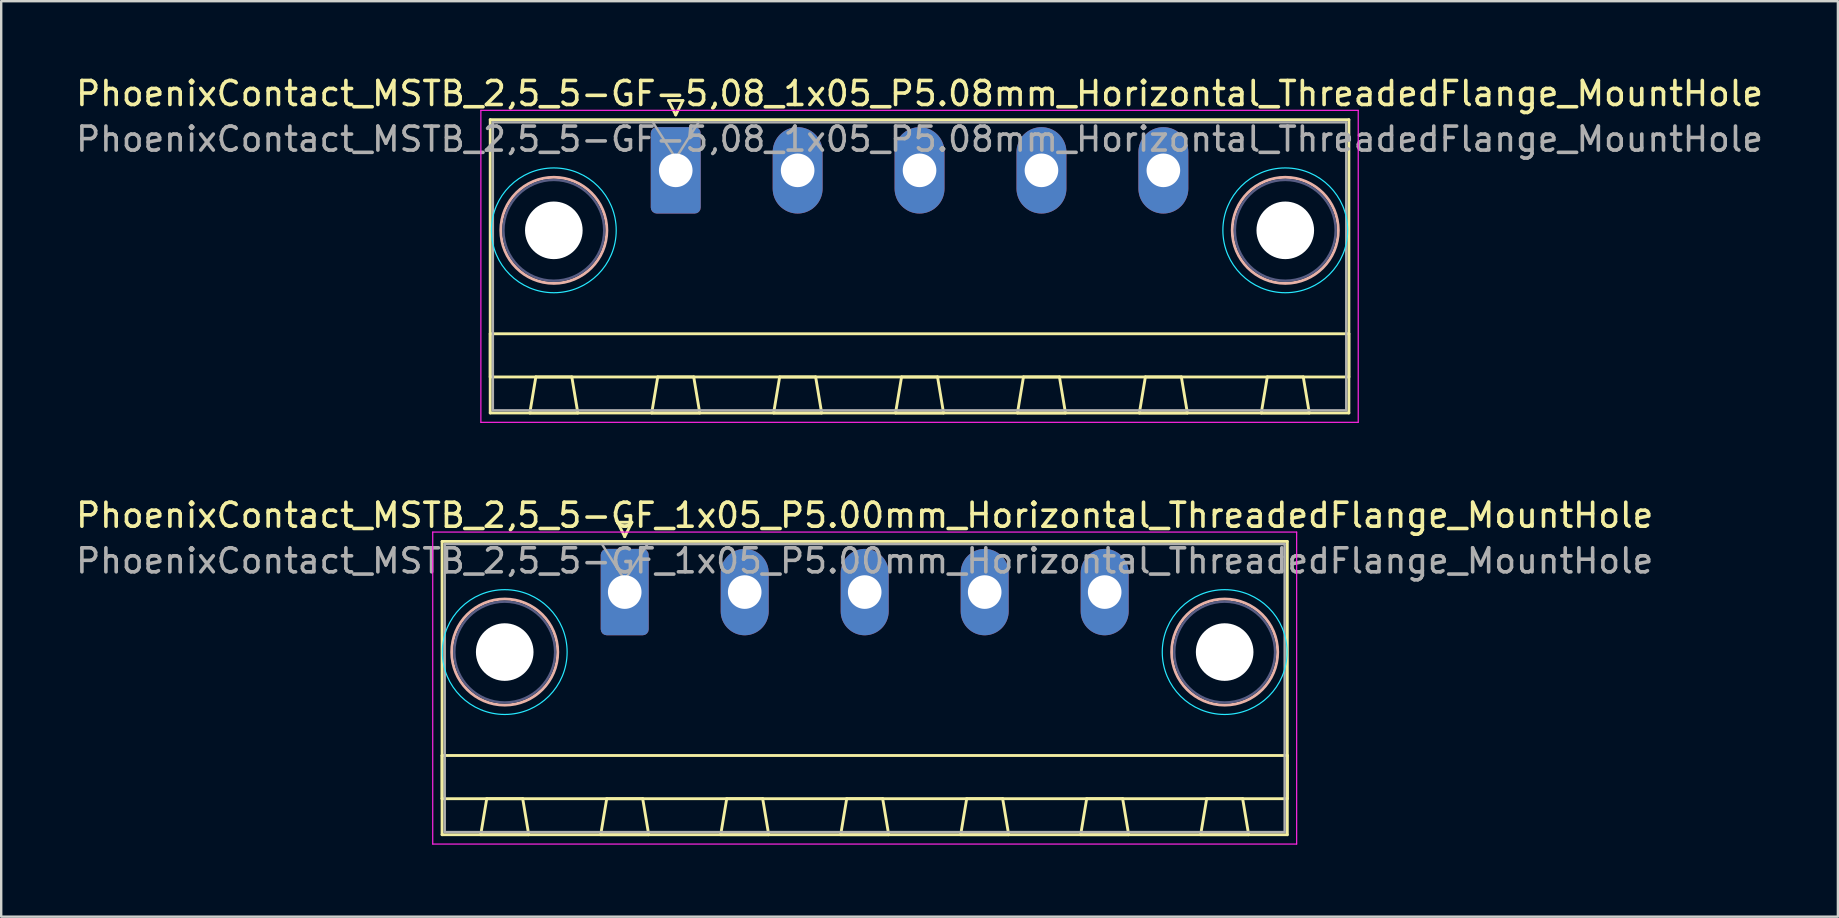
<source format=kicad_pcb>
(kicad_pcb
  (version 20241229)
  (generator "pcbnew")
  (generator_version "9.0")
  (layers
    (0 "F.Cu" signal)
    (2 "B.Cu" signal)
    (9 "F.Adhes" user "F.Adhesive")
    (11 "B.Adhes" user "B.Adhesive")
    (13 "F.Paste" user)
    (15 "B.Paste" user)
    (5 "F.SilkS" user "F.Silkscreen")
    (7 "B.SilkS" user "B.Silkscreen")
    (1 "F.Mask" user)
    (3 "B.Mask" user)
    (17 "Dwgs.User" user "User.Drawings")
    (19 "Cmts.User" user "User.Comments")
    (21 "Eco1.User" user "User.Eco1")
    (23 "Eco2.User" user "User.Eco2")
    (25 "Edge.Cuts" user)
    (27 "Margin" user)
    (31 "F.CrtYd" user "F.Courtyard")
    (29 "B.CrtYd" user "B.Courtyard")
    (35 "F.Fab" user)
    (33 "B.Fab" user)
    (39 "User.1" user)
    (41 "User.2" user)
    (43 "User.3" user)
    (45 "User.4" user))
  (footprint "PhoenixContact_MSTB_2,5_5-GF-5,08_1x05_P5.08mm_Horizontal_ThreadedFlange_MountHole"
    (layer "F.Cu")
    (at 25.108 4.048)
    (property "Reference" "PhoenixContact_MSTB_2,5_5-GF-5,08_1x05_P5.08mm_Horizontal_ThreadedFlange_MountHole" (at 10.16 -3.2 0) (layer "F.SilkS") (effects (font (size 1 1) (thickness 0.15))))
    (attr through_hole)
    (fp_line (start -7.73 -2.11) (end -7.73 10.11) (stroke (width 0.12) (type solid)) (layer "F.SilkS"))
    (fp_line (start -7.73 6.81) (end 28.05 6.81) (stroke (width 0.12) (type solid)) (layer "F.SilkS"))
    (fp_line (start -7.73 8.61) (end -7.73 6.81) (stroke (width 0.12) (type solid)) (layer "F.SilkS"))
    (fp_line (start -7.73 10.11) (end 28.05 10.11) (stroke (width 0.12) (type solid)) (layer "F.SilkS"))
    (fp_line (start -6.08 10.11) (end -4.08 10.11) (stroke (width 0.12) (type solid)) (layer "F.SilkS"))
    (fp_line (start -5.83 8.61) (end -6.08 10.11) (stroke (width 0.12) (type solid)) (layer "F.SilkS"))
    (fp_line (start -4.33 8.61) (end -5.83 8.61) (stroke (width 0.12) (type solid)) (layer "F.SilkS"))
    (fp_line (start -4.08 10.11) (end -4.33 8.61) (stroke (width 0.12) (type solid)) (layer "F.SilkS"))
    (fp_line (start -1 10.11) (end 1 10.11) (stroke (width 0.12) (type solid)) (layer "F.SilkS"))
    (fp_line (start -0.75 8.61) (end -1 10.11) (stroke (width 0.12) (type solid)) (layer "F.SilkS"))
    (fp_line (start -0.3 -2.91) (end 0.3 -2.91) (stroke (width 0.12) (type solid)) (layer "F.SilkS"))
    (fp_line (start 0 -2.31) (end -0.3 -2.91) (stroke (width 0.12) (type solid)) (layer "F.SilkS"))
    (fp_line (start 0.3 -2.91) (end 0 -2.31) (stroke (width 0.12) (type solid)) (layer "F.SilkS"))
    (fp_line (start 0.75 8.61) (end -0.75 8.61) (stroke (width 0.12) (type solid)) (layer "F.SilkS"))
    (fp_line (start 1 10.11) (end 0.75 8.61) (stroke (width 0.12) (type solid)) (layer "F.SilkS"))
    (fp_line (start 4.08 10.11) (end 6.08 10.11) (stroke (width 0.12) (type solid)) (layer "F.SilkS"))
    (fp_line (start 4.33 8.61) (end 4.08 10.11) (stroke (width 0.12) (type solid)) (layer "F.SilkS"))
    (fp_line (start 5.83 8.61) (end 4.33 8.61) (stroke (width 0.12) (type solid)) (layer "F.SilkS"))
    (fp_line (start 6.08 10.11) (end 5.83 8.61) (stroke (width 0.12) (type solid)) (layer "F.SilkS"))
    (fp_line (start 9.16 10.11) (end 11.16 10.11) (stroke (width 0.12) (type solid)) (layer "F.SilkS"))
    (fp_line (start 9.41 8.61) (end 9.16 10.11) (stroke (width 0.12) (type solid)) (layer "F.SilkS"))
    (fp_line (start 10.91 8.61) (end 9.41 8.61) (stroke (width 0.12) (type solid)) (layer "F.SilkS"))
    (fp_line (start 11.16 10.11) (end 10.91 8.61) (stroke (width 0.12) (type solid)) (layer "F.SilkS"))
    (fp_line (start 14.24 10.11) (end 16.24 10.11) (stroke (width 0.12) (type solid)) (layer "F.SilkS"))
    (fp_line (start 14.49 8.61) (end 14.24 10.11) (stroke (width 0.12) (type solid)) (layer "F.SilkS"))
    (fp_line (start 15.99 8.61) (end 14.49 8.61) (stroke (width 0.12) (type solid)) (layer "F.SilkS"))
    (fp_line (start 16.24 10.11) (end 15.99 8.61) (stroke (width 0.12) (type solid)) (layer "F.SilkS"))
    (fp_line (start 19.32 10.11) (end 21.32 10.11) (stroke (width 0.12) (type solid)) (layer "F.SilkS"))
    (fp_line (start 19.57 8.61) (end 19.32 10.11) (stroke (width 0.12) (type solid)) (layer "F.SilkS"))
    (fp_line (start 21.07 8.61) (end 19.57 8.61) (stroke (width 0.12) (type solid)) (layer "F.SilkS"))
    (fp_line (start 21.32 10.11) (end 21.07 8.61) (stroke (width 0.12) (type solid)) (layer "F.SilkS"))
    (fp_line (start 24.4 10.11) (end 26.4 10.11) (stroke (width 0.12) (type solid)) (layer "F.SilkS"))
    (fp_line (start 24.65 8.61) (end 24.4 10.11) (stroke (width 0.12) (type solid)) (layer "F.SilkS"))
    (fp_line (start 26.15 8.61) (end 24.65 8.61) (stroke (width 0.12) (type solid)) (layer "F.SilkS"))
    (fp_line (start 26.4 10.11) (end 26.15 8.61) (stroke (width 0.12) (type solid)) (layer "F.SilkS"))
    (fp_line (start 28.05 -2.11) (end -7.73 -2.11) (stroke (width 0.12) (type solid)) (layer "F.SilkS"))
    (fp_line (start 28.05 6.81) (end 28.05 8.61) (stroke (width 0.12) (type solid)) (layer "F.SilkS"))
    (fp_line (start 28.05 8.61) (end -7.73 8.61) (stroke (width 0.12) (type solid)) (layer "F.SilkS"))
    (fp_line (start 28.05 10.11) (end 28.05 -2.11) (stroke (width 0.12) (type solid)) (layer "F.SilkS"))
    (fp_circle (center -5.08 2.5) (end -2.87 2.5) (stroke (width 0.12) (type solid)) (fill no) (layer "B.SilkS"))
    (fp_circle (center 25.4 2.5) (end 27.61 2.5) (stroke (width 0.12) (type solid)) (fill no) (layer "B.SilkS"))
    (fp_circle (center -5.08 2.5) (end -2.48 2.5) (stroke (width 0.05) (type solid)) (fill no) (layer "B.CrtYd"))
    (fp_circle (center 25.4 2.5) (end 28 2.5) (stroke (width 0.05) (type solid)) (fill no) (layer "B.CrtYd"))
    (fp_line (start -8.12 -2.5) (end -8.12 10.5) (stroke (width 0.05) (type solid)) (layer "F.CrtYd"))
    (fp_line (start -8.12 10.5) (end 28.44 10.5) (stroke (width 0.05) (type solid)) (layer "F.CrtYd"))
    (fp_line (start 28.44 -2.5) (end -8.12 -2.5) (stroke (width 0.05) (type solid)) (layer "F.CrtYd"))
    (fp_line (start 28.44 10.5) (end 28.44 -2.5) (stroke (width 0.05) (type solid)) (layer "F.CrtYd"))
    (fp_circle (center -5.08 2.5) (end -2.98 2.5) (stroke (width 0.1) (type solid)) (fill no) (layer "B.Fab"))
    (fp_circle (center 25.4 2.5) (end 27.5 2.5) (stroke (width 0.1) (type solid)) (fill no) (layer "B.Fab"))
    (fp_line (start -7.62 -2) (end -7.62 10) (stroke (width 0.1) (type solid)) (layer "F.Fab"))
    (fp_line (start -7.62 10) (end 27.94 10) (stroke (width 0.1) (type solid)) (layer "F.Fab"))
    (fp_line (start 0 -0.5) (end -0.95 -2) (stroke (width 0.1) (type solid)) (layer "F.Fab"))
    (fp_line (start 0.95 -2) (end 0 -0.5) (stroke (width 0.1) (type solid)) (layer "F.Fab"))
    (fp_line (start 27.94 -2) (end -7.62 -2) (stroke (width 0.1) (type solid)) (layer "F.Fab"))
    (fp_line (start 27.94 10) (end 27.94 -2) (stroke (width 0.1) (type solid)) (layer "F.Fab"))
    (fp_text user "${REFERENCE}" (at 10.16 -1.3 0) (layer "F.Fab") (effects (font (size 1 1) (thickness 0.15))))
    (pad "" np_thru_hole circle (at -5.08 2.5) (size 2.4 2.4) (drill 2.4) (layers "*.Cu" "*.Mask"))
    (pad "" np_thru_hole circle (at 25.4 2.5) (size 2.4 2.4) (drill 2.4) (layers "*.Cu" "*.Mask"))
    (pad "1" thru_hole roundrect (at 0 0) (size 2.08 3.6) (drill 1.4) (layers "*.Cu" "*.Mask") (roundrect_rratio 0.12))
    (pad "2" thru_hole oval (at 5.08 0) (size 2.08 3.6) (drill 1.4) (layers "*.Cu" "*.Mask"))
    (pad "3" thru_hole oval (at 10.16 0) (size 2.08 3.6) (drill 1.4) (layers "*.Cu" "*.Mask"))
    (pad "4" thru_hole oval (at 15.24 0) (size 2.08 3.6) (drill 1.4) (layers "*.Cu" "*.Mask"))
    (pad "5" thru_hole oval (at 20.32 0) (size 2.08 3.6) (drill 1.4) (layers "*.Cu" "*.Mask")))
  (footprint "PhoenixContact_MSTB_2,5_5-GF_1x05_P5.00mm_Horizontal_ThreadedFlange_MountHole"
    (layer "F.Cu")
    (at 22.982 21.622)
    (property "Reference" "PhoenixContact_MSTB_2,5_5-GF_1x05_P5.00mm_Horizontal_ThreadedFlange_MountHole" (at 10 -3.2 0) (layer "F.SilkS") (effects (font (size 1 1) (thickness 0.15))))
    (attr through_hole)
    (fp_line (start -7.61 -2.11) (end -7.61 10.11) (stroke (width 0.12) (type solid)) (layer "F.SilkS"))
    (fp_line (start -7.61 6.81) (end 27.61 6.81) (stroke (width 0.12) (type solid)) (layer "F.SilkS"))
    (fp_line (start -7.61 8.61) (end -7.61 6.81) (stroke (width 0.12) (type solid)) (layer "F.SilkS"))
    (fp_line (start -7.61 10.11) (end 27.61 10.11) (stroke (width 0.12) (type solid)) (layer "F.SilkS"))
    (fp_line (start -6 10.11) (end -4 10.11) (stroke (width 0.12) (type solid)) (layer "F.SilkS"))
    (fp_line (start -5.75 8.61) (end -6 10.11) (stroke (width 0.12) (type solid)) (layer "F.SilkS"))
    (fp_line (start -4.25 8.61) (end -5.75 8.61) (stroke (width 0.12) (type solid)) (layer "F.SilkS"))
    (fp_line (start -4 10.11) (end -4.25 8.61) (stroke (width 0.12) (type solid)) (layer "F.SilkS"))
    (fp_line (start -1 10.11) (end 1 10.11) (stroke (width 0.12) (type solid)) (layer "F.SilkS"))
    (fp_line (start -0.75 8.61) (end -1 10.11) (stroke (width 0.12) (type solid)) (layer "F.SilkS"))
    (fp_line (start -0.3 -2.91) (end 0.3 -2.91) (stroke (width 0.12) (type solid)) (layer "F.SilkS"))
    (fp_line (start 0 -2.31) (end -0.3 -2.91) (stroke (width 0.12) (type solid)) (layer "F.SilkS"))
    (fp_line (start 0.3 -2.91) (end 0 -2.31) (stroke (width 0.12) (type solid)) (layer "F.SilkS"))
    (fp_line (start 0.75 8.61) (end -0.75 8.61) (stroke (width 0.12) (type solid)) (layer "F.SilkS"))
    (fp_line (start 1 10.11) (end 0.75 8.61) (stroke (width 0.12) (type solid)) (layer "F.SilkS"))
    (fp_line (start 4 10.11) (end 6 10.11) (stroke (width 0.12) (type solid)) (layer "F.SilkS"))
    (fp_line (start 4.25 8.61) (end 4 10.11) (stroke (width 0.12) (type solid)) (layer "F.SilkS"))
    (fp_line (start 5.75 8.61) (end 4.25 8.61) (stroke (width 0.12) (type solid)) (layer "F.SilkS"))
    (fp_line (start 6 10.11) (end 5.75 8.61) (stroke (width 0.12) (type solid)) (layer "F.SilkS"))
    (fp_line (start 9 10.11) (end 11 10.11) (stroke (width 0.12) (type solid)) (layer "F.SilkS"))
    (fp_line (start 9.25 8.61) (end 9 10.11) (stroke (width 0.12) (type solid)) (layer "F.SilkS"))
    (fp_line (start 10.75 8.61) (end 9.25 8.61) (stroke (width 0.12) (type solid)) (layer "F.SilkS"))
    (fp_line (start 11 10.11) (end 10.75 8.61) (stroke (width 0.12) (type solid)) (layer "F.SilkS"))
    (fp_line (start 14 10.11) (end 16 10.11) (stroke (width 0.12) (type solid)) (layer "F.SilkS"))
    (fp_line (start 14.25 8.61) (end 14 10.11) (stroke (width 0.12) (type solid)) (layer "F.SilkS"))
    (fp_line (start 15.75 8.61) (end 14.25 8.61) (stroke (width 0.12) (type solid)) (layer "F.SilkS"))
    (fp_line (start 16 10.11) (end 15.75 8.61) (stroke (width 0.12) (type solid)) (layer "F.SilkS"))
    (fp_line (start 19 10.11) (end 21 10.11) (stroke (width 0.12) (type solid)) (layer "F.SilkS"))
    (fp_line (start 19.25 8.61) (end 19 10.11) (stroke (width 0.12) (type solid)) (layer "F.SilkS"))
    (fp_line (start 20.75 8.61) (end 19.25 8.61) (stroke (width 0.12) (type solid)) (layer "F.SilkS"))
    (fp_line (start 21 10.11) (end 20.75 8.61) (stroke (width 0.12) (type solid)) (layer "F.SilkS"))
    (fp_line (start 24 10.11) (end 26 10.11) (stroke (width 0.12) (type solid)) (layer "F.SilkS"))
    (fp_line (start 24.25 8.61) (end 24 10.11) (stroke (width 0.12) (type solid)) (layer "F.SilkS"))
    (fp_line (start 25.75 8.61) (end 24.25 8.61) (stroke (width 0.12) (type solid)) (layer "F.SilkS"))
    (fp_line (start 26 10.11) (end 25.75 8.61) (stroke (width 0.12) (type solid)) (layer "F.SilkS"))
    (fp_line (start 27.61 -2.11) (end -7.61 -2.11) (stroke (width 0.12) (type solid)) (layer "F.SilkS"))
    (fp_line (start 27.61 6.81) (end 27.61 8.61) (stroke (width 0.12) (type solid)) (layer "F.SilkS"))
    (fp_line (start 27.61 8.61) (end -7.61 8.61) (stroke (width 0.12) (type solid)) (layer "F.SilkS"))
    (fp_line (start 27.61 10.11) (end 27.61 -2.11) (stroke (width 0.12) (type solid)) (layer "F.SilkS"))
    (fp_circle (center -5 2.5) (end -2.79 2.5) (stroke (width 0.12) (type solid)) (fill no) (layer "B.SilkS"))
    (fp_circle (center 25 2.5) (end 27.21 2.5) (stroke (width 0.12) (type solid)) (fill no) (layer "B.SilkS"))
    (fp_circle (center -5 2.5) (end -2.4 2.5) (stroke (width 0.05) (type solid)) (fill no) (layer "B.CrtYd"))
    (fp_circle (center 25 2.5) (end 27.6 2.5) (stroke (width 0.05) (type solid)) (fill no) (layer "B.CrtYd"))
    (fp_line (start -8 -2.5) (end -8 10.5) (stroke (width 0.05) (type solid)) (layer "F.CrtYd"))
    (fp_line (start -8 10.5) (end 28 10.5) (stroke (width 0.05) (type solid)) (layer "F.CrtYd"))
    (fp_line (start 28 -2.5) (end -8 -2.5) (stroke (width 0.05) (type solid)) (layer "F.CrtYd"))
    (fp_line (start 28 10.5) (end 28 -2.5) (stroke (width 0.05) (type solid)) (layer "F.CrtYd"))
    (fp_circle (center -5 2.5) (end -2.9 2.5) (stroke (width 0.1) (type solid)) (fill no) (layer "B.Fab"))
    (fp_circle (center 25 2.5) (end 27.1 2.5) (stroke (width 0.1) (type solid)) (fill no) (layer "B.Fab"))
    (fp_line (start -7.5 -2) (end -7.5 10) (stroke (width 0.1) (type solid)) (layer "F.Fab"))
    (fp_line (start -7.5 10) (end 27.5 10) (stroke (width 0.1) (type solid)) (layer "F.Fab"))
    (fp_line (start 0 -0.5) (end -0.95 -2) (stroke (width 0.1) (type solid)) (layer "F.Fab"))
    (fp_line (start 0.95 -2) (end 0 -0.5) (stroke (width 0.1) (type solid)) (layer "F.Fab"))
    (fp_line (start 27.5 -2) (end -7.5 -2) (stroke (width 0.1) (type solid)) (layer "F.Fab"))
    (fp_line (start 27.5 10) (end 27.5 -2) (stroke (width 0.1) (type solid)) (layer "F.Fab"))
    (fp_text user "${REFERENCE}" (at 10 -1.3 0) (layer "F.Fab") (effects (font (size 1 1) (thickness 0.15))))
    (pad "" np_thru_hole circle (at -5 2.5) (size 2.4 2.4) (drill 2.4) (layers "*.Cu" "*.Mask"))
    (pad "" np_thru_hole circle (at 25 2.5) (size 2.4 2.4) (drill 2.4) (layers "*.Cu" "*.Mask"))
    (pad "1" thru_hole roundrect (at 0 0) (size 2 3.6) (drill 1.4) (layers "*.Cu" "*.Mask") (roundrect_rratio 0.125))
    (pad "2" thru_hole oval (at 5 0) (size 2 3.6) (drill 1.4) (layers "*.Cu" "*.Mask"))
    (pad "3" thru_hole oval (at 10 0) (size 2 3.6) (drill 1.4) (layers "*.Cu" "*.Mask"))
    (pad "4" thru_hole oval (at 15 0) (size 2 3.6) (drill 1.4) (layers "*.Cu" "*.Mask"))
    (pad "5" thru_hole oval (at 20 0) (size 2 3.6) (drill 1.4) (layers "*.Cu" "*.Mask")))
  (gr_rect
    (start -3 -3)
    (end 73.536 35.147)
    (stroke (width 0.1) (type default))
    (fill no)
    (layer "Edge.Cuts")))
</source>
